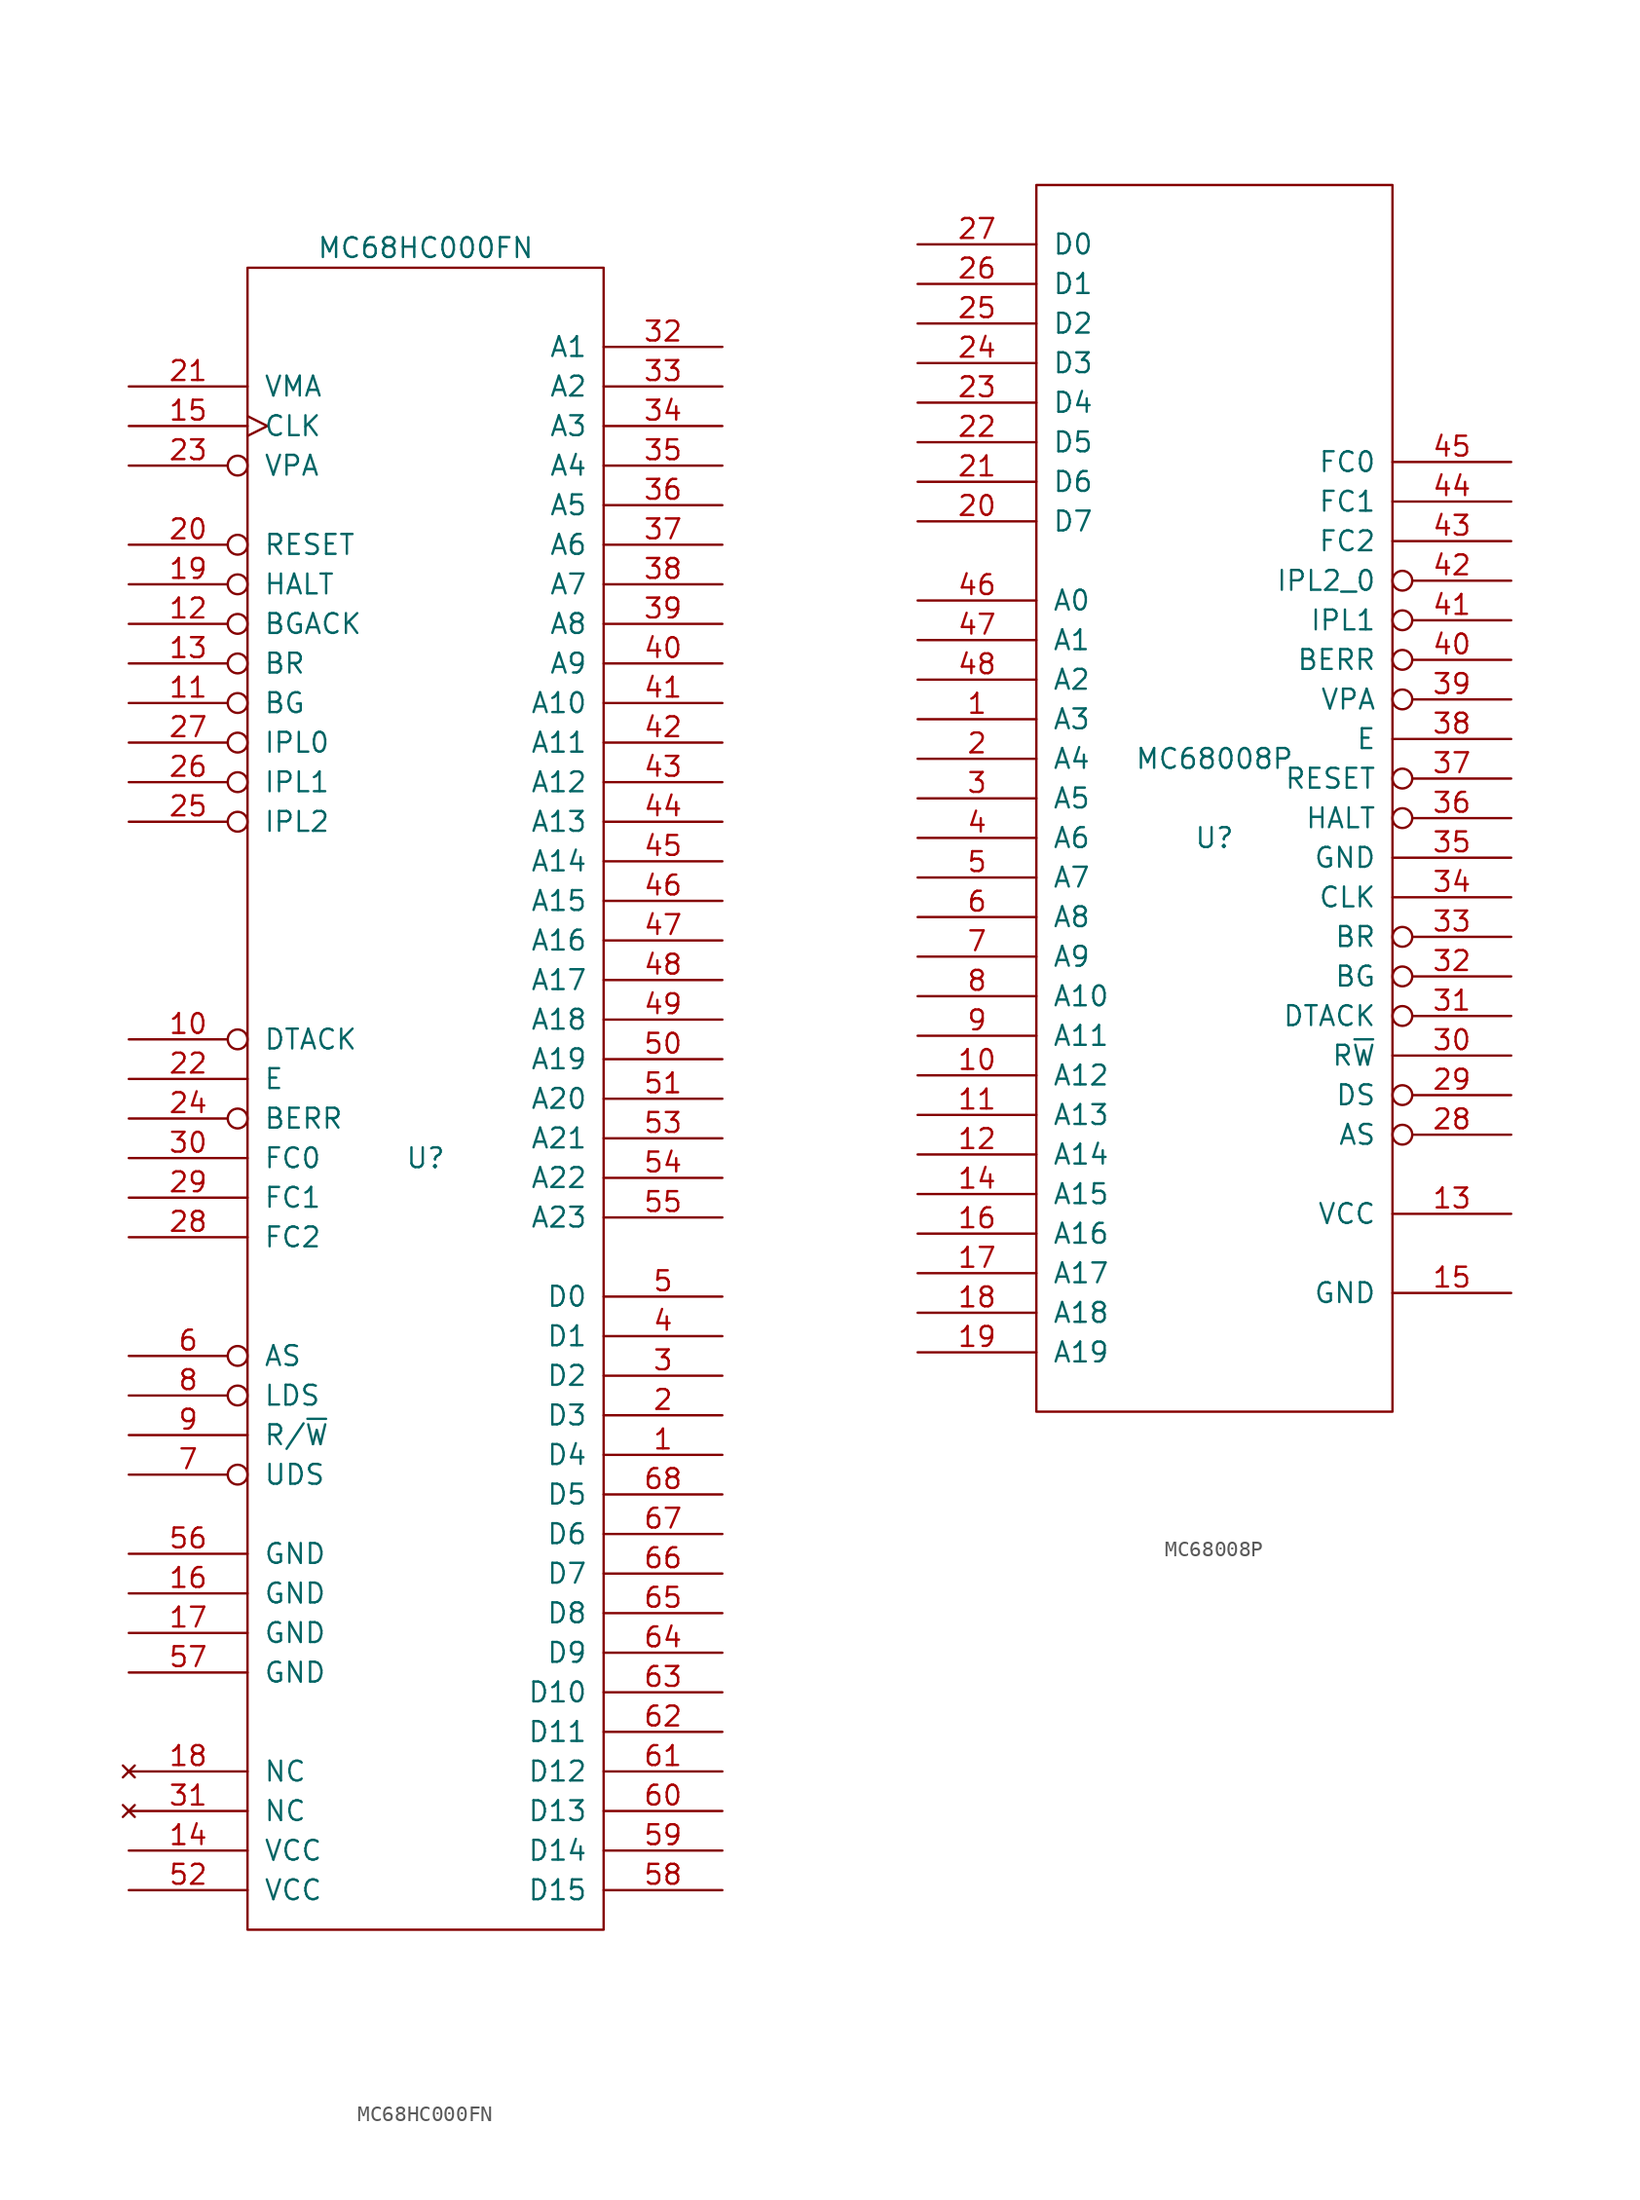
<source format=kicad_sym>
(kicad_symbol_lib
  (version 20220914)
  (generator kicad_symbol_editor)
  (symbol "MC68HC000FN"
    (pin_names
      (offset 1.016))
    (property "Reference" "U"
      (at 0 -2.54 0)
      (effects (font (size 1.27 1.27))))
    (property "Value" "MC68HC000FN"
      (at 0 55.88 0)
      (effects (font (size 1.27 1.27))))
    (symbol "MC68HC000FN_0_0"
      (pin output line (at -19.05 46.99 0) (length 7.62) (name "VMA" (effects (font (size 1.27 1.27)))) (number "21" (effects (font (size 1.27 1.27)))))
      (pin output line (at -19.05 2.54 0) (length 7.62) (name "E" (effects (font (size 1.27 1.27)))) (number "22" (effects (font (size 1.27 1.27))))))
    (symbol "MC68HC000FN_1_0"
      (rectangle (start -11.43 -52.07) (end 11.43 54.61) (stroke (width 0) (type solid)) (fill (type none))))
    (symbol "MC68HC000FN_1_1"
      (pin bidirectional line (at 19.05 -21.59 180) (length 7.62) (name "D4" (effects (font (size 1.27 1.27)))) (number "1" (effects (font (size 1.27 1.27)))))
      (pin input inverted (at -19.05 5.08 0) (length 7.62) (name "DTACK" (effects (font (size 1.27 1.27)))) (number "10" (effects (font (size 1.27 1.27)))))
      (pin output inverted (at -19.05 26.67 0) (length 7.62) (name "BG" (effects (font (size 1.27 1.27)))) (number "11" (effects (font (size 1.27 1.27)))))
      (pin input inverted (at -19.05 31.75 0) (length 7.62) (name "BGACK" (effects (font (size 1.27 1.27)))) (number "12" (effects (font (size 1.27 1.27)))))
      (pin input inverted (at -19.05 29.21 0) (length 7.62) (name "BR" (effects (font (size 1.27 1.27)))) (number "13" (effects (font (size 1.27 1.27)))))
      (pin power_in line (at -19.05 -46.99 0) (length 7.62) (name "VCC" (effects (font (size 1.27 1.27)))) (number "14" (effects (font (size 1.27 1.27)))))
      (pin input clock (at -19.05 44.45 0) (length 7.62) (name "CLK" (effects (font (size 1.27 1.27)))) (number "15" (effects (font (size 1.27 1.27)))))
      (pin power_in line (at -19.05 -30.48 0) (length 7.62) (name "GND" (effects (font (size 1.27 1.27)))) (number "16" (effects (font (size 1.27 1.27)))))
      (pin power_in line (at -19.05 -33.02 0) (length 7.62) (name "GND" (effects (font (size 1.27 1.27)))) (number "17" (effects (font (size 1.27 1.27)))))
      (pin no_connect line (at -19.05 -41.91 0) (length 7.62) (name "NC" (effects (font (size 1.27 1.27)))) (number "18" (effects (font (size 1.27 1.27)))))
      (pin bidirectional inverted (at -19.05 34.29 0) (length 7.62) (name "HALT" (effects (font (size 1.27 1.27)))) (number "19" (effects (font (size 1.27 1.27)))))
      (pin bidirectional line (at 19.05 -19.05 180) (length 7.62) (name "D3" (effects (font (size 1.27 1.27)))) (number "2" (effects (font (size 1.27 1.27)))))
      (pin bidirectional inverted (at -19.05 36.83 0) (length 7.62) (name "RESET" (effects (font (size 1.27 1.27)))) (number "20" (effects (font (size 1.27 1.27)))))
      (pin input inverted (at -19.05 41.91 0) (length 7.62) (name "VPA" (effects (font (size 1.27 1.27)))) (number "23" (effects (font (size 1.27 1.27)))))
      (pin input inverted (at -19.05 0 0) (length 7.62) (name "BERR" (effects (font (size 1.27 1.27)))) (number "24" (effects (font (size 1.27 1.27)))))
      (pin input inverted (at -19.05 19.05 0) (length 7.62) (name "IPL2" (effects (font (size 1.27 1.27)))) (number "25" (effects (font (size 1.27 1.27)))))
      (pin input inverted (at -19.05 21.59 0) (length 7.62) (name "IPL1" (effects (font (size 1.27 1.27)))) (number "26" (effects (font (size 1.27 1.27)))))
      (pin input inverted (at -19.05 24.13 0) (length 7.62) (name "IPL0" (effects (font (size 1.27 1.27)))) (number "27" (effects (font (size 1.27 1.27)))))
      (pin output line (at -19.05 -7.62 0) (length 7.62) (name "FC2" (effects (font (size 1.27 1.27)))) (number "28" (effects (font (size 1.27 1.27)))))
      (pin output line (at -19.05 -5.08 0) (length 7.62) (name "FC1" (effects (font (size 1.27 1.27)))) (number "29" (effects (font (size 1.27 1.27)))))
      (pin bidirectional line (at 19.05 -16.51 180) (length 7.62) (name "D2" (effects (font (size 1.27 1.27)))) (number "3" (effects (font (size 1.27 1.27)))))
      (pin output line (at -19.05 -2.54 0) (length 7.62) (name "FC0" (effects (font (size 1.27 1.27)))) (number "30" (effects (font (size 1.27 1.27)))))
      (pin no_connect line (at -19.05 -44.45 0) (length 7.62) (name "NC" (effects (font (size 1.27 1.27)))) (number "31" (effects (font (size 1.27 1.27)))))
      (pin output line (at 19.05 49.53 180) (length 7.62) (name "A1" (effects (font (size 1.27 1.27)))) (number "32" (effects (font (size 1.27 1.27)))))
      (pin output line (at 19.05 46.99 180) (length 7.62) (name "A2" (effects (font (size 1.27 1.27)))) (number "33" (effects (font (size 1.27 1.27)))))
      (pin output line (at 19.05 44.45 180) (length 7.62) (name "A3" (effects (font (size 1.27 1.27)))) (number "34" (effects (font (size 1.27 1.27)))))
      (pin output line (at 19.05 41.91 180) (length 7.62) (name "A4" (effects (font (size 1.27 1.27)))) (number "35" (effects (font (size 1.27 1.27)))))
      (pin output line (at 19.05 39.37 180) (length 7.62) (name "A5" (effects (font (size 1.27 1.27)))) (number "36" (effects (font (size 1.27 1.27)))))
      (pin output line (at 19.05 36.83 180) (length 7.62) (name "A6" (effects (font (size 1.27 1.27)))) (number "37" (effects (font (size 1.27 1.27)))))
      (pin output line (at 19.05 34.29 180) (length 7.62) (name "A7" (effects (font (size 1.27 1.27)))) (number "38" (effects (font (size 1.27 1.27)))))
      (pin output line (at 19.05 31.75 180) (length 7.62) (name "A8" (effects (font (size 1.27 1.27)))) (number "39" (effects (font (size 1.27 1.27)))))
      (pin bidirectional line (at 19.05 -13.97 180) (length 7.62) (name "D1" (effects (font (size 1.27 1.27)))) (number "4" (effects (font (size 1.27 1.27)))))
      (pin output line (at 19.05 29.21 180) (length 7.62) (name "A9" (effects (font (size 1.27 1.27)))) (number "40" (effects (font (size 1.27 1.27)))))
      (pin output line (at 19.05 26.67 180) (length 7.62) (name "A10" (effects (font (size 1.27 1.27)))) (number "41" (effects (font (size 1.27 1.27)))))
      (pin output line (at 19.05 24.13 180) (length 7.62) (name "A11" (effects (font (size 1.27 1.27)))) (number "42" (effects (font (size 1.27 1.27)))))
      (pin output line (at 19.05 21.59 180) (length 7.62) (name "A12" (effects (font (size 1.27 1.27)))) (number "43" (effects (font (size 1.27 1.27)))))
      (pin output line (at 19.05 19.05 180) (length 7.62) (name "A13" (effects (font (size 1.27 1.27)))) (number "44" (effects (font (size 1.27 1.27)))))
      (pin output line (at 19.05 16.51 180) (length 7.62) (name "A14" (effects (font (size 1.27 1.27)))) (number "45" (effects (font (size 1.27 1.27)))))
      (pin output line (at 19.05 13.97 180) (length 7.62) (name "A15" (effects (font (size 1.27 1.27)))) (number "46" (effects (font (size 1.27 1.27)))))
      (pin output line (at 19.05 11.43 180) (length 7.62) (name "A16" (effects (font (size 1.27 1.27)))) (number "47" (effects (font (size 1.27 1.27)))))
      (pin output line (at 19.05 8.89 180) (length 7.62) (name "A17" (effects (font (size 1.27 1.27)))) (number "48" (effects (font (size 1.27 1.27)))))
      (pin output line (at 19.05 6.35 180) (length 7.62) (name "A18" (effects (font (size 1.27 1.27)))) (number "49" (effects (font (size 1.27 1.27)))))
      (pin bidirectional line (at 19.05 -11.43 180) (length 7.62) (name "D0" (effects (font (size 1.27 1.27)))) (number "5" (effects (font (size 1.27 1.27)))))
      (pin output line (at 19.05 3.81 180) (length 7.62) (name "A19" (effects (font (size 1.27 1.27)))) (number "50" (effects (font (size 1.27 1.27)))))
      (pin output line (at 19.05 1.27 180) (length 7.62) (name "A20" (effects (font (size 1.27 1.27)))) (number "51" (effects (font (size 1.27 1.27)))))
      (pin power_in line (at -19.05 -49.53 0) (length 7.62) (name "VCC" (effects (font (size 1.27 1.27)))) (number "52" (effects (font (size 1.27 1.27)))))
      (pin output line (at 19.05 -1.27 180) (length 7.62) (name "A21" (effects (font (size 1.27 1.27)))) (number "53" (effects (font (size 1.27 1.27)))))
      (pin output line (at 19.05 -3.81 180) (length 7.62) (name "A22" (effects (font (size 1.27 1.27)))) (number "54" (effects (font (size 1.27 1.27)))))
      (pin output line (at 19.05 -6.35 180) (length 7.62) (name "A23" (effects (font (size 1.27 1.27)))) (number "55" (effects (font (size 1.27 1.27)))))
      (pin power_in line (at -19.05 -27.94 0) (length 7.62) (name "GND" (effects (font (size 1.27 1.27)))) (number "56" (effects (font (size 1.27 1.27)))))
      (pin power_in line (at -19.05 -35.56 0) (length 7.62) (name "GND" (effects (font (size 1.27 1.27)))) (number "57" (effects (font (size 1.27 1.27)))))
      (pin bidirectional line (at 19.05 -49.53 180) (length 7.62) (name "D15" (effects (font (size 1.27 1.27)))) (number "58" (effects (font (size 1.27 1.27)))))
      (pin bidirectional line (at 19.05 -46.99 180) (length 7.62) (name "D14" (effects (font (size 1.27 1.27)))) (number "59" (effects (font (size 1.27 1.27)))))
      (pin output inverted (at -19.05 -15.24 0) (length 7.62) (name "AS" (effects (font (size 1.27 1.27)))) (number "6" (effects (font (size 1.27 1.27)))))
      (pin bidirectional line (at 19.05 -44.45 180) (length 7.62) (name "D13" (effects (font (size 1.27 1.27)))) (number "60" (effects (font (size 1.27 1.27)))))
      (pin bidirectional line (at 19.05 -41.91 180) (length 7.62) (name "D12" (effects (font (size 1.27 1.27)))) (number "61" (effects (font (size 1.27 1.27)))))
      (pin bidirectional line (at 19.05 -39.37 180) (length 7.62) (name "D11" (effects (font (size 1.27 1.27)))) (number "62" (effects (font (size 1.27 1.27)))))
      (pin bidirectional line (at 19.05 -36.83 180) (length 7.62) (name "D10" (effects (font (size 1.27 1.27)))) (number "63" (effects (font (size 1.27 1.27)))))
      (pin bidirectional line (at 19.05 -34.29 180) (length 7.62) (name "D9" (effects (font (size 1.27 1.27)))) (number "64" (effects (font (size 1.27 1.27)))))
      (pin bidirectional line (at 19.05 -31.75 180) (length 7.62) (name "D8" (effects (font (size 1.27 1.27)))) (number "65" (effects (font (size 1.27 1.27)))))
      (pin bidirectional line (at 19.05 -29.21 180) (length 7.62) (name "D7" (effects (font (size 1.27 1.27)))) (number "66" (effects (font (size 1.27 1.27)))))
      (pin bidirectional line (at 19.05 -26.67 180) (length 7.62) (name "D6" (effects (font (size 1.27 1.27)))) (number "67" (effects (font (size 1.27 1.27)))))
      (pin bidirectional line (at 19.05 -24.13 180) (length 7.62) (name "D5" (effects (font (size 1.27 1.27)))) (number "68" (effects (font (size 1.27 1.27)))))
      (pin output inverted (at -19.05 -22.86 0) (length 7.62) (name "UDS" (effects (font (size 1.27 1.27)))) (number "7" (effects (font (size 1.27 1.27)))))
      (pin output inverted (at -19.05 -17.78 0) (length 7.62) (name "LDS" (effects (font (size 1.27 1.27)))) (number "8" (effects (font (size 1.27 1.27)))))
      (pin output line (at -19.05 -20.32 0) (length 7.62) (name "R/~{W}" (effects (font (size 1.27 1.27)))) (number "9" (effects (font (size 1.27 1.27)))))))
  (symbol "MC68008P"
    (pin_names
      (offset 1.016))
    (property "Reference" "U"
      (at 0 -2.54 0)
      (effects (font (size 1.27 1.27))))
    (property "Value" "MC68008P"
      (at 0 2.54 0)
      (effects (font (size 1.27 1.27))))
    (symbol "MC68008P_1_0"
      (rectangle (start -11.43 -39.37) (end 11.43 39.37) (stroke (width 0) (type solid)) (fill (type none))))
    (symbol "MC68008P_1_1"
      (pin output line (at -19.05 5.08 0) (length 7.62) (name "A3" (effects (font (size 1.27 1.27)))) (number "1" (effects (font (size 1.27 1.27)))))
      (pin output line (at -19.05 -17.78 0) (length 7.62) (name "A12" (effects (font (size 1.27 1.27)))) (number "10" (effects (font (size 1.27 1.27)))))
      (pin output line (at -19.05 -20.32 0) (length 7.62) (name "A13" (effects (font (size 1.27 1.27)))) (number "11" (effects (font (size 1.27 1.27)))))
      (pin output line (at -19.05 -22.86 0) (length 7.62) (name "A14" (effects (font (size 1.27 1.27)))) (number "12" (effects (font (size 1.27 1.27)))))
      (pin power_in line (at 19.05 -26.67 180) (length 7.62) (name "VCC" (effects (font (size 1.27 1.27)))) (number "13" (effects (font (size 1.27 1.27)))))
      (pin output line (at -19.05 -25.4 0) (length 7.62) (name "A15" (effects (font (size 1.27 1.27)))) (number "14" (effects (font (size 1.27 1.27)))))
      (pin power_in line (at 19.05 -31.75 180) (length 7.62) (name "GND" (effects (font (size 1.27 1.27)))) (number "15" (effects (font (size 1.27 1.27)))))
      (pin output line (at -19.05 -27.94 0) (length 7.62) (name "A16" (effects (font (size 1.27 1.27)))) (number "16" (effects (font (size 1.27 1.27)))))
      (pin output line (at -19.05 -30.48 0) (length 7.62) (name "A17" (effects (font (size 1.27 1.27)))) (number "17" (effects (font (size 1.27 1.27)))))
      (pin output line (at -19.05 -33.02 0) (length 7.62) (name "A18" (effects (font (size 1.27 1.27)))) (number "18" (effects (font (size 1.27 1.27)))))
      (pin output line (at -19.05 -35.56 0) (length 7.62) (name "A19" (effects (font (size 1.27 1.27)))) (number "19" (effects (font (size 1.27 1.27)))))
      (pin output line (at -19.05 2.54 0) (length 7.62) (name "A4" (effects (font (size 1.27 1.27)))) (number "2" (effects (font (size 1.27 1.27)))))
      (pin bidirectional line (at -19.05 17.78 0) (length 7.62) (name "D7" (effects (font (size 1.27 1.27)))) (number "20" (effects (font (size 1.27 1.27)))))
      (pin bidirectional line (at -19.05 20.32 0) (length 7.62) (name "D6" (effects (font (size 1.27 1.27)))) (number "21" (effects (font (size 1.27 1.27)))))
      (pin bidirectional line (at -19.05 22.86 0) (length 7.62) (name "D5" (effects (font (size 1.27 1.27)))) (number "22" (effects (font (size 1.27 1.27)))))
      (pin bidirectional line (at -19.05 25.4 0) (length 7.62) (name "D4" (effects (font (size 1.27 1.27)))) (number "23" (effects (font (size 1.27 1.27)))))
      (pin bidirectional line (at -19.05 27.94 0) (length 7.62) (name "D3" (effects (font (size 1.27 1.27)))) (number "24" (effects (font (size 1.27 1.27)))))
      (pin bidirectional line (at -19.05 30.48 0) (length 7.62) (name "D2" (effects (font (size 1.27 1.27)))) (number "25" (effects (font (size 1.27 1.27)))))
      (pin bidirectional line (at -19.05 33.02 0) (length 7.62) (name "D1" (effects (font (size 1.27 1.27)))) (number "26" (effects (font (size 1.27 1.27)))))
      (pin bidirectional line (at -19.05 35.56 0) (length 7.62) (name "D0" (effects (font (size 1.27 1.27)))) (number "27" (effects (font (size 1.27 1.27)))))
      (pin output inverted (at 19.05 -21.59 180) (length 7.62) (name "AS" (effects (font (size 1.27 1.27)))) (number "28" (effects (font (size 1.27 1.27)))))
      (pin output inverted (at 19.05 -19.05 180) (length 7.62) (name "DS" (effects (font (size 1.27 1.27)))) (number "29" (effects (font (size 1.27 1.27)))))
      (pin output line (at -19.05 0 0) (length 7.62) (name "A5" (effects (font (size 1.27 1.27)))) (number "3" (effects (font (size 1.27 1.27)))))
      (pin output line (at 19.05 -16.51 180) (length 7.62) (name "R~{W}" (effects (font (size 1.27 1.27)))) (number "30" (effects (font (size 1.27 1.27)))))
      (pin input inverted (at 19.05 -13.97 180) (length 7.62) (name "DTACK" (effects (font (size 1.27 1.27)))) (number "31" (effects (font (size 1.27 1.27)))))
      (pin output inverted (at 19.05 -11.43 180) (length 7.62) (name "BG" (effects (font (size 1.27 1.27)))) (number "32" (effects (font (size 1.27 1.27)))))
      (pin input inverted (at 19.05 -8.89 180) (length 7.62) (name "BR" (effects (font (size 1.27 1.27)))) (number "33" (effects (font (size 1.27 1.27)))))
      (pin input line (at 19.05 -6.35 180) (length 7.62) (name "CLK" (effects (font (size 1.27 1.27)))) (number "34" (effects (font (size 1.27 1.27)))))
      (pin power_in line (at 19.05 -3.81 180) (length 7.62) (name "GND" (effects (font (size 1.27 1.27)))) (number "35" (effects (font (size 1.27 1.27)))))
      (pin bidirectional inverted (at 19.05 -1.27 180) (length 7.62) (name "HALT" (effects (font (size 1.27 1.27)))) (number "36" (effects (font (size 1.27 1.27)))))
      (pin bidirectional inverted (at 19.05 1.27 180) (length 7.62) (name "RESET" (effects (font (size 1.27 1.27)))) (number "37" (effects (font (size 1.27 1.27)))))
      (pin output line (at 19.05 3.81 180) (length 7.62) (name "E" (effects (font (size 1.27 1.27)))) (number "38" (effects (font (size 1.27 1.27)))))
      (pin input inverted (at 19.05 6.35 180) (length 7.62) (name "VPA" (effects (font (size 1.27 1.27)))) (number "39" (effects (font (size 1.27 1.27)))))
      (pin output line (at -19.05 -2.54 0) (length 7.62) (name "A6" (effects (font (size 1.27 1.27)))) (number "4" (effects (font (size 1.27 1.27)))))
      (pin input inverted (at 19.05 8.89 180) (length 7.62) (name "BERR" (effects (font (size 1.27 1.27)))) (number "40" (effects (font (size 1.27 1.27)))))
      (pin input inverted (at 19.05 11.43 180) (length 7.62) (name "IPL1" (effects (font (size 1.27 1.27)))) (number "41" (effects (font (size 1.27 1.27)))))
      (pin input inverted (at 19.05 13.97 180) (length 7.62) (name "IPL2_0" (effects (font (size 1.27 1.27)))) (number "42" (effects (font (size 1.27 1.27)))))
      (pin output line (at 19.05 16.51 180) (length 7.62) (name "FC2" (effects (font (size 1.27 1.27)))) (number "43" (effects (font (size 1.27 1.27)))))
      (pin output line (at 19.05 19.05 180) (length 7.62) (name "FC1" (effects (font (size 1.27 1.27)))) (number "44" (effects (font (size 1.27 1.27)))))
      (pin output line (at 19.05 21.59 180) (length 7.62) (name "FC0" (effects (font (size 1.27 1.27)))) (number "45" (effects (font (size 1.27 1.27)))))
      (pin output line (at -19.05 12.7 0) (length 7.62) (name "A0" (effects (font (size 1.27 1.27)))) (number "46" (effects (font (size 1.27 1.27)))))
      (pin output line (at -19.05 10.16 0) (length 7.62) (name "A1" (effects (font (size 1.27 1.27)))) (number "47" (effects (font (size 1.27 1.27)))))
      (pin output line (at -19.05 7.62 0) (length 7.62) (name "A2" (effects (font (size 1.27 1.27)))) (number "48" (effects (font (size 1.27 1.27)))))
      (pin output line (at -19.05 -5.08 0) (length 7.62) (name "A7" (effects (font (size 1.27 1.27)))) (number "5" (effects (font (size 1.27 1.27)))))
      (pin output line (at -19.05 -7.62 0) (length 7.62) (name "A8" (effects (font (size 1.27 1.27)))) (number "6" (effects (font (size 1.27 1.27)))))
      (pin output line (at -19.05 -10.16 0) (length 7.62) (name "A9" (effects (font (size 1.27 1.27)))) (number "7" (effects (font (size 1.27 1.27)))))
      (pin output line (at -19.05 -12.7 0) (length 7.62) (name "A10" (effects (font (size 1.27 1.27)))) (number "8" (effects (font (size 1.27 1.27)))))
      (pin output line (at -19.05 -15.24 0) (length 7.62) (name "A11" (effects (font (size 1.27 1.27)))) (number "9" (effects (font (size 1.27 1.27))))))))
</source>
